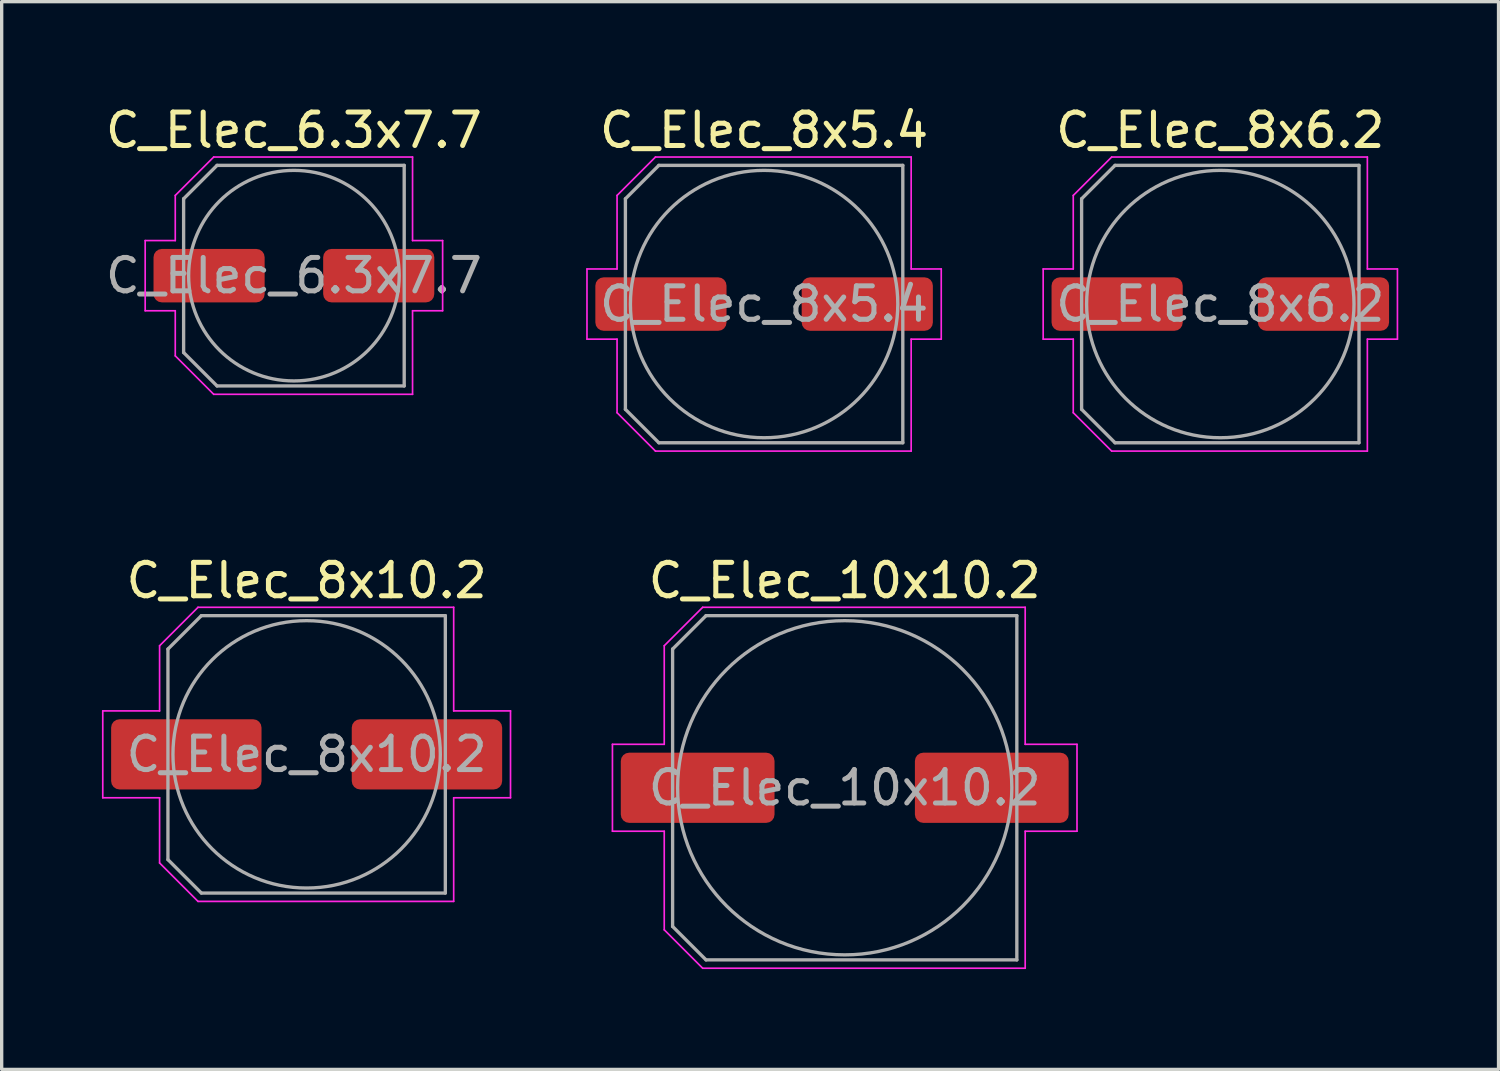
<source format=kicad_pcb>
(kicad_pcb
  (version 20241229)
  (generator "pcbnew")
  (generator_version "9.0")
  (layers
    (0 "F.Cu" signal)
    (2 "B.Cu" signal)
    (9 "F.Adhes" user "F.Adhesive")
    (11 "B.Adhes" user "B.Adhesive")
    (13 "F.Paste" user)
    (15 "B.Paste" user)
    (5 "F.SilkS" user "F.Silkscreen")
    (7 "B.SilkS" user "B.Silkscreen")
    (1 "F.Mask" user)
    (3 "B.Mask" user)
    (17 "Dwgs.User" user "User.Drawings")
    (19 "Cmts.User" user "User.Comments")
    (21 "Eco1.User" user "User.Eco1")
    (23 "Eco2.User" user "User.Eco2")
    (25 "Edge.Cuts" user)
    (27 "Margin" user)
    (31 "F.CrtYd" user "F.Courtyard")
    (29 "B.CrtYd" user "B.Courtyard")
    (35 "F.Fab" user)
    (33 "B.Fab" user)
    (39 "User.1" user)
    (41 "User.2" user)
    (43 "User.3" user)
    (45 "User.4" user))
  (footprint "C_Elec_8x10.2"
    (layer "F.Cu")
    (at 6.125 19.521)
    (property "Reference" "C_Elec_8x10.2" (at 0 -5.2 0) (layer "F.SilkS") (effects (font (size 1 1) (thickness 0.15))))
    (attr smd)
    (fp_line (start -6.1 -1.3) (end -6.1 1.3) (stroke (width 0.05) (type solid)) (layer "F.CrtYd"))
    (fp_line (start -6.1 1.3) (end -4.4 1.3) (stroke (width 0.05) (type solid)) (layer "F.CrtYd"))
    (fp_line (start -4.4 -3.25) (end -4.4 -1.3) (stroke (width 0.05) (type solid)) (layer "F.CrtYd"))
    (fp_line (start -4.4 -3.25) (end -3.25 -4.4) (stroke (width 0.05) (type solid)) (layer "F.CrtYd"))
    (fp_line (start -4.4 -1.3) (end -6.1 -1.3) (stroke (width 0.05) (type solid)) (layer "F.CrtYd"))
    (fp_line (start -4.4 1.3) (end -4.4 3.25) (stroke (width 0.05) (type solid)) (layer "F.CrtYd"))
    (fp_line (start -4.4 3.25) (end -3.25 4.4) (stroke (width 0.05) (type solid)) (layer "F.CrtYd"))
    (fp_line (start -3.25 -4.4) (end 4.4 -4.4) (stroke (width 0.05) (type solid)) (layer "F.CrtYd"))
    (fp_line (start -3.25 4.4) (end 4.4 4.4) (stroke (width 0.05) (type solid)) (layer "F.CrtYd"))
    (fp_line (start 4.4 -4.4) (end 4.4 -1.3) (stroke (width 0.05) (type solid)) (layer "F.CrtYd"))
    (fp_line (start 4.4 -1.3) (end 6.1 -1.3) (stroke (width 0.05) (type solid)) (layer "F.CrtYd"))
    (fp_line (start 4.4 1.3) (end 4.4 4.4) (stroke (width 0.05) (type solid)) (layer "F.CrtYd"))
    (fp_line (start 6.1 -1.3) (end 6.1 1.3) (stroke (width 0.05) (type solid)) (layer "F.CrtYd"))
    (fp_line (start 6.1 1.3) (end 4.4 1.3) (stroke (width 0.05) (type solid)) (layer "F.CrtYd"))
    (fp_line (start -4.15 -3.15) (end -4.15 3.15) (stroke (width 0.1) (type solid)) (layer "F.Fab"))
    (fp_line (start -4.15 -3.15) (end -3.15 -4.15) (stroke (width 0.1) (type solid)) (layer "F.Fab"))
    (fp_line (start -4.15 3.15) (end -3.15 4.15) (stroke (width 0.1) (type solid)) (layer "F.Fab"))
    (fp_line (start -3.15 -4.15) (end 4.15 -4.15) (stroke (width 0.1) (type solid)) (layer "F.Fab"))
    (fp_line (start -3.15 4.15) (end 4.15 4.15) (stroke (width 0.1) (type solid)) (layer "F.Fab"))
    (fp_line (start 4.15 -4.15) (end 4.15 4.15) (stroke (width 0.1) (type solid)) (layer "F.Fab"))
    (fp_circle (center 0 0) (end 4 0) (stroke (width 0.1) (type solid)) (fill no) (layer "F.Fab"))
    (fp_text user "${REFERENCE}" (at 0 0 0) (layer "F.Fab") (effects (font (size 1 1) (thickness 0.15))))
    (pad "1" smd roundrect (at -3.6 0) (size 4.5 2.1) (layers "F.Cu" "F.Mask" "F.Paste") (roundrect_rratio 0.119))
    (pad "2" smd roundrect (at 3.6 0) (size 4.5 2.1) (layers "F.Cu" "F.Mask" "F.Paste") (roundrect_rratio 0.119)))
  (footprint "C_Elec_8x5.4"
    (layer "F.Cu")
    (at 19.813 6.048)
    (property "Reference" "C_Elec_8x5.4" (at 0 -5.2 0) (layer "F.SilkS") (effects (font (size 1 1) (thickness 0.15))))
    (attr smd)
    (fp_line (start -5.3 -1.05) (end -5.3 1.05) (stroke (width 0.05) (type solid)) (layer "F.CrtYd"))
    (fp_line (start -5.3 1.05) (end -4.4 1.05) (stroke (width 0.05) (type solid)) (layer "F.CrtYd"))
    (fp_line (start -4.4 -3.25) (end -4.4 -1.05) (stroke (width 0.05) (type solid)) (layer "F.CrtYd"))
    (fp_line (start -4.4 -3.25) (end -3.25 -4.4) (stroke (width 0.05) (type solid)) (layer "F.CrtYd"))
    (fp_line (start -4.4 -1.05) (end -5.3 -1.05) (stroke (width 0.05) (type solid)) (layer "F.CrtYd"))
    (fp_line (start -4.4 1.05) (end -4.4 3.25) (stroke (width 0.05) (type solid)) (layer "F.CrtYd"))
    (fp_line (start -4.4 3.25) (end -3.25 4.4) (stroke (width 0.05) (type solid)) (layer "F.CrtYd"))
    (fp_line (start -3.25 -4.4) (end 4.4 -4.4) (stroke (width 0.05) (type solid)) (layer "F.CrtYd"))
    (fp_line (start -3.25 4.4) (end 4.4 4.4) (stroke (width 0.05) (type solid)) (layer "F.CrtYd"))
    (fp_line (start 4.4 -4.4) (end 4.4 -1.05) (stroke (width 0.05) (type solid)) (layer "F.CrtYd"))
    (fp_line (start 4.4 -1.05) (end 5.3 -1.05) (stroke (width 0.05) (type solid)) (layer "F.CrtYd"))
    (fp_line (start 4.4 1.05) (end 4.4 4.4) (stroke (width 0.05) (type solid)) (layer "F.CrtYd"))
    (fp_line (start 5.3 -1.05) (end 5.3 1.05) (stroke (width 0.05) (type solid)) (layer "F.CrtYd"))
    (fp_line (start 5.3 1.05) (end 4.4 1.05) (stroke (width 0.05) (type solid)) (layer "F.CrtYd"))
    (fp_line (start -4.15 -3.15) (end -4.15 3.15) (stroke (width 0.1) (type solid)) (layer "F.Fab"))
    (fp_line (start -4.15 -3.15) (end -3.15 -4.15) (stroke (width 0.1) (type solid)) (layer "F.Fab"))
    (fp_line (start -4.15 3.15) (end -3.15 4.15) (stroke (width 0.1) (type solid)) (layer "F.Fab"))
    (fp_line (start -3.15 -4.15) (end 4.15 -4.15) (stroke (width 0.1) (type solid)) (layer "F.Fab"))
    (fp_line (start -3.15 4.15) (end 4.15 4.15) (stroke (width 0.1) (type solid)) (layer "F.Fab"))
    (fp_line (start 4.15 -4.15) (end 4.15 4.15) (stroke (width 0.1) (type solid)) (layer "F.Fab"))
    (fp_circle (center 0 0) (end 4 0) (stroke (width 0.1) (type solid)) (fill no) (layer "F.Fab"))
    (fp_text user "${REFERENCE}" (at 0 0 0) (layer "F.Fab") (effects (font (size 1 1) (thickness 0.15))))
    (pad "1" smd roundrect (at -3.087 0) (size 3.925 1.6) (layers "F.Cu" "F.Mask" "F.Paste") (roundrect_rratio 0.156))
    (pad "2" smd roundrect (at 3.087 0) (size 3.925 1.6) (layers "F.Cu" "F.Mask" "F.Paste") (roundrect_rratio 0.156)))
  (footprint "C_Elec_10x10.2"
    (layer "F.Cu")
    (at 22.225 20.521)
    (property "Reference" "C_Elec_10x10.2" (at 0 -6.2 0) (layer "F.SilkS") (effects (font (size 1 1) (thickness 0.15))))
    (attr smd)
    (fp_line (start -6.95 -1.3) (end -6.95 1.3) (stroke (width 0.05) (type solid)) (layer "F.CrtYd"))
    (fp_line (start -6.95 1.3) (end -5.4 1.3) (stroke (width 0.05) (type solid)) (layer "F.CrtYd"))
    (fp_line (start -5.4 -4.25) (end -5.4 -1.3) (stroke (width 0.05) (type solid)) (layer "F.CrtYd"))
    (fp_line (start -5.4 -4.25) (end -4.25 -5.4) (stroke (width 0.05) (type solid)) (layer "F.CrtYd"))
    (fp_line (start -5.4 -1.3) (end -6.95 -1.3) (stroke (width 0.05) (type solid)) (layer "F.CrtYd"))
    (fp_line (start -5.4 1.3) (end -5.4 4.25) (stroke (width 0.05) (type solid)) (layer "F.CrtYd"))
    (fp_line (start -5.4 4.25) (end -4.25 5.4) (stroke (width 0.05) (type solid)) (layer "F.CrtYd"))
    (fp_line (start -4.25 -5.4) (end 5.4 -5.4) (stroke (width 0.05) (type solid)) (layer "F.CrtYd"))
    (fp_line (start -4.25 5.4) (end 5.4 5.4) (stroke (width 0.05) (type solid)) (layer "F.CrtYd"))
    (fp_line (start 5.4 -5.4) (end 5.4 -1.3) (stroke (width 0.05) (type solid)) (layer "F.CrtYd"))
    (fp_line (start 5.4 -1.3) (end 6.95 -1.3) (stroke (width 0.05) (type solid)) (layer "F.CrtYd"))
    (fp_line (start 5.4 1.3) (end 5.4 5.4) (stroke (width 0.05) (type solid)) (layer "F.CrtYd"))
    (fp_line (start 6.95 -1.3) (end 6.95 1.3) (stroke (width 0.05) (type solid)) (layer "F.CrtYd"))
    (fp_line (start 6.95 1.3) (end 5.4 1.3) (stroke (width 0.05) (type solid)) (layer "F.CrtYd"))
    (fp_line (start -5.15 -4.15) (end -5.15 4.15) (stroke (width 0.1) (type solid)) (layer "F.Fab"))
    (fp_line (start -5.15 -4.15) (end -4.15 -5.15) (stroke (width 0.1) (type solid)) (layer "F.Fab"))
    (fp_line (start -5.15 4.15) (end -4.15 5.15) (stroke (width 0.1) (type solid)) (layer "F.Fab"))
    (fp_line (start -4.15 -5.15) (end 5.15 -5.15) (stroke (width 0.1) (type solid)) (layer "F.Fab"))
    (fp_line (start -4.15 5.15) (end 5.15 5.15) (stroke (width 0.1) (type solid)) (layer "F.Fab"))
    (fp_line (start 5.15 -5.15) (end 5.15 5.15) (stroke (width 0.1) (type solid)) (layer "F.Fab"))
    (fp_circle (center 0 0) (end 5 0) (stroke (width 0.1) (type solid)) (fill no) (layer "F.Fab"))
    (fp_text user "${REFERENCE}" (at 0 0 0) (layer "F.Fab") (effects (font (size 1 1) (thickness 0.15))))
    (pad "1" smd roundrect (at -4.4 0) (size 4.6 2.1) (layers "F.Cu" "F.Mask" "F.Paste") (roundrect_rratio 0.119))
    (pad "2" smd roundrect (at 4.4 0) (size 4.6 2.1) (layers "F.Cu" "F.Mask" "F.Paste") (roundrect_rratio 0.119)))
  (footprint "C_Elec_6.3x7.7"
    (layer "F.Cu")
    (at 5.744 5.198)
    (property "Reference" "C_Elec_6.3x7.7" (at 0 -4.35 0) (layer "F.SilkS") (effects (font (size 1 1) (thickness 0.15))))
    (attr smd)
    (fp_line (start -4.45 -1.05) (end -4.45 1.05) (stroke (width 0.05) (type solid)) (layer "F.CrtYd"))
    (fp_line (start -4.45 1.05) (end -3.55 1.05) (stroke (width 0.05) (type solid)) (layer "F.CrtYd"))
    (fp_line (start -3.55 -2.4) (end -3.55 -1.05) (stroke (width 0.05) (type solid)) (layer "F.CrtYd"))
    (fp_line (start -3.55 -2.4) (end -2.4 -3.55) (stroke (width 0.05) (type solid)) (layer "F.CrtYd"))
    (fp_line (start -3.55 -1.05) (end -4.45 -1.05) (stroke (width 0.05) (type solid)) (layer "F.CrtYd"))
    (fp_line (start -3.55 1.05) (end -3.55 2.4) (stroke (width 0.05) (type solid)) (layer "F.CrtYd"))
    (fp_line (start -3.55 2.4) (end -2.4 3.55) (stroke (width 0.05) (type solid)) (layer "F.CrtYd"))
    (fp_line (start -2.4 -3.55) (end 3.55 -3.55) (stroke (width 0.05) (type solid)) (layer "F.CrtYd"))
    (fp_line (start -2.4 3.55) (end 3.55 3.55) (stroke (width 0.05) (type solid)) (layer "F.CrtYd"))
    (fp_line (start 3.55 -3.55) (end 3.55 -1.05) (stroke (width 0.05) (type solid)) (layer "F.CrtYd"))
    (fp_line (start 3.55 -1.05) (end 4.45 -1.05) (stroke (width 0.05) (type solid)) (layer "F.CrtYd"))
    (fp_line (start 3.55 1.05) (end 3.55 3.55) (stroke (width 0.05) (type solid)) (layer "F.CrtYd"))
    (fp_line (start 4.45 -1.05) (end 4.45 1.05) (stroke (width 0.05) (type solid)) (layer "F.CrtYd"))
    (fp_line (start 4.45 1.05) (end 3.55 1.05) (stroke (width 0.05) (type solid)) (layer "F.CrtYd"))
    (fp_line (start -3.3 -2.3) (end -3.3 2.3) (stroke (width 0.1) (type solid)) (layer "F.Fab"))
    (fp_line (start -3.3 -2.3) (end -2.3 -3.3) (stroke (width 0.1) (type solid)) (layer "F.Fab"))
    (fp_line (start -3.3 2.3) (end -2.3 3.3) (stroke (width 0.1) (type solid)) (layer "F.Fab"))
    (fp_line (start -2.3 -3.3) (end 3.3 -3.3) (stroke (width 0.1) (type solid)) (layer "F.Fab"))
    (fp_line (start -2.3 3.3) (end 3.3 3.3) (stroke (width 0.1) (type solid)) (layer "F.Fab"))
    (fp_line (start 3.3 -3.3) (end 3.3 3.3) (stroke (width 0.1) (type solid)) (layer "F.Fab"))
    (fp_circle (center 0 0) (end 3.15 0) (stroke (width 0.1) (type solid)) (fill no) (layer "F.Fab"))
    (fp_text user "${REFERENCE}" (at 0 0 0) (layer "F.Fab") (effects (font (size 1 1) (thickness 0.15))))
    (pad "1" smd roundrect (at -2.538 0) (size 3.325 1.6) (layers "F.Cu" "F.Mask" "F.Paste") (roundrect_rratio 0.156))
    (pad "2" smd roundrect (at 2.538 0) (size 3.325 1.6) (layers "F.Cu" "F.Mask" "F.Paste") (roundrect_rratio 0.156)))
  (footprint "C_Elec_8x6.2"
    (layer "F.Cu")
    (at 33.463 6.048)
    (property "Reference" "C_Elec_8x6.2" (at 0 -5.2 0) (layer "F.SilkS") (effects (font (size 1 1) (thickness 0.15))))
    (attr smd)
    (fp_line (start -5.3 -1.05) (end -5.3 1.05) (stroke (width 0.05) (type solid)) (layer "F.CrtYd"))
    (fp_line (start -5.3 1.05) (end -4.4 1.05) (stroke (width 0.05) (type solid)) (layer "F.CrtYd"))
    (fp_line (start -4.4 -3.25) (end -4.4 -1.05) (stroke (width 0.05) (type solid)) (layer "F.CrtYd"))
    (fp_line (start -4.4 -3.25) (end -3.25 -4.4) (stroke (width 0.05) (type solid)) (layer "F.CrtYd"))
    (fp_line (start -4.4 -1.05) (end -5.3 -1.05) (stroke (width 0.05) (type solid)) (layer "F.CrtYd"))
    (fp_line (start -4.4 1.05) (end -4.4 3.25) (stroke (width 0.05) (type solid)) (layer "F.CrtYd"))
    (fp_line (start -4.4 3.25) (end -3.25 4.4) (stroke (width 0.05) (type solid)) (layer "F.CrtYd"))
    (fp_line (start -3.25 -4.4) (end 4.4 -4.4) (stroke (width 0.05) (type solid)) (layer "F.CrtYd"))
    (fp_line (start -3.25 4.4) (end 4.4 4.4) (stroke (width 0.05) (type solid)) (layer "F.CrtYd"))
    (fp_line (start 4.4 -4.4) (end 4.4 -1.05) (stroke (width 0.05) (type solid)) (layer "F.CrtYd"))
    (fp_line (start 4.4 -1.05) (end 5.3 -1.05) (stroke (width 0.05) (type solid)) (layer "F.CrtYd"))
    (fp_line (start 4.4 1.05) (end 4.4 4.4) (stroke (width 0.05) (type solid)) (layer "F.CrtYd"))
    (fp_line (start 5.3 -1.05) (end 5.3 1.05) (stroke (width 0.05) (type solid)) (layer "F.CrtYd"))
    (fp_line (start 5.3 1.05) (end 4.4 1.05) (stroke (width 0.05) (type solid)) (layer "F.CrtYd"))
    (fp_line (start -4.15 -3.15) (end -4.15 3.15) (stroke (width 0.1) (type solid)) (layer "F.Fab"))
    (fp_line (start -4.15 -3.15) (end -3.15 -4.15) (stroke (width 0.1) (type solid)) (layer "F.Fab"))
    (fp_line (start -4.15 3.15) (end -3.15 4.15) (stroke (width 0.1) (type solid)) (layer "F.Fab"))
    (fp_line (start -3.15 -4.15) (end 4.15 -4.15) (stroke (width 0.1) (type solid)) (layer "F.Fab"))
    (fp_line (start -3.15 4.15) (end 4.15 4.15) (stroke (width 0.1) (type solid)) (layer "F.Fab"))
    (fp_line (start 4.15 -4.15) (end 4.15 4.15) (stroke (width 0.1) (type solid)) (layer "F.Fab"))
    (fp_circle (center 0 0) (end 4 0) (stroke (width 0.1) (type solid)) (fill no) (layer "F.Fab"))
    (fp_text user "${REFERENCE}" (at 0 0 0) (layer "F.Fab") (effects (font (size 1 1) (thickness 0.15))))
    (pad "1" smd roundrect (at -3.087 0) (size 3.925 1.6) (layers "F.Cu" "F.Mask" "F.Paste") (roundrect_rratio 0.156))
    (pad "2" smd roundrect (at 3.087 0) (size 3.925 1.6) (layers "F.Cu" "F.Mask" "F.Paste") (roundrect_rratio 0.156)))
  (gr_rect
    (start -3 -3)
    (end 41.788 28.947)
    (stroke (width 0.1) (type default))
    (fill no)
    (layer "Edge.Cuts")))
</source>
